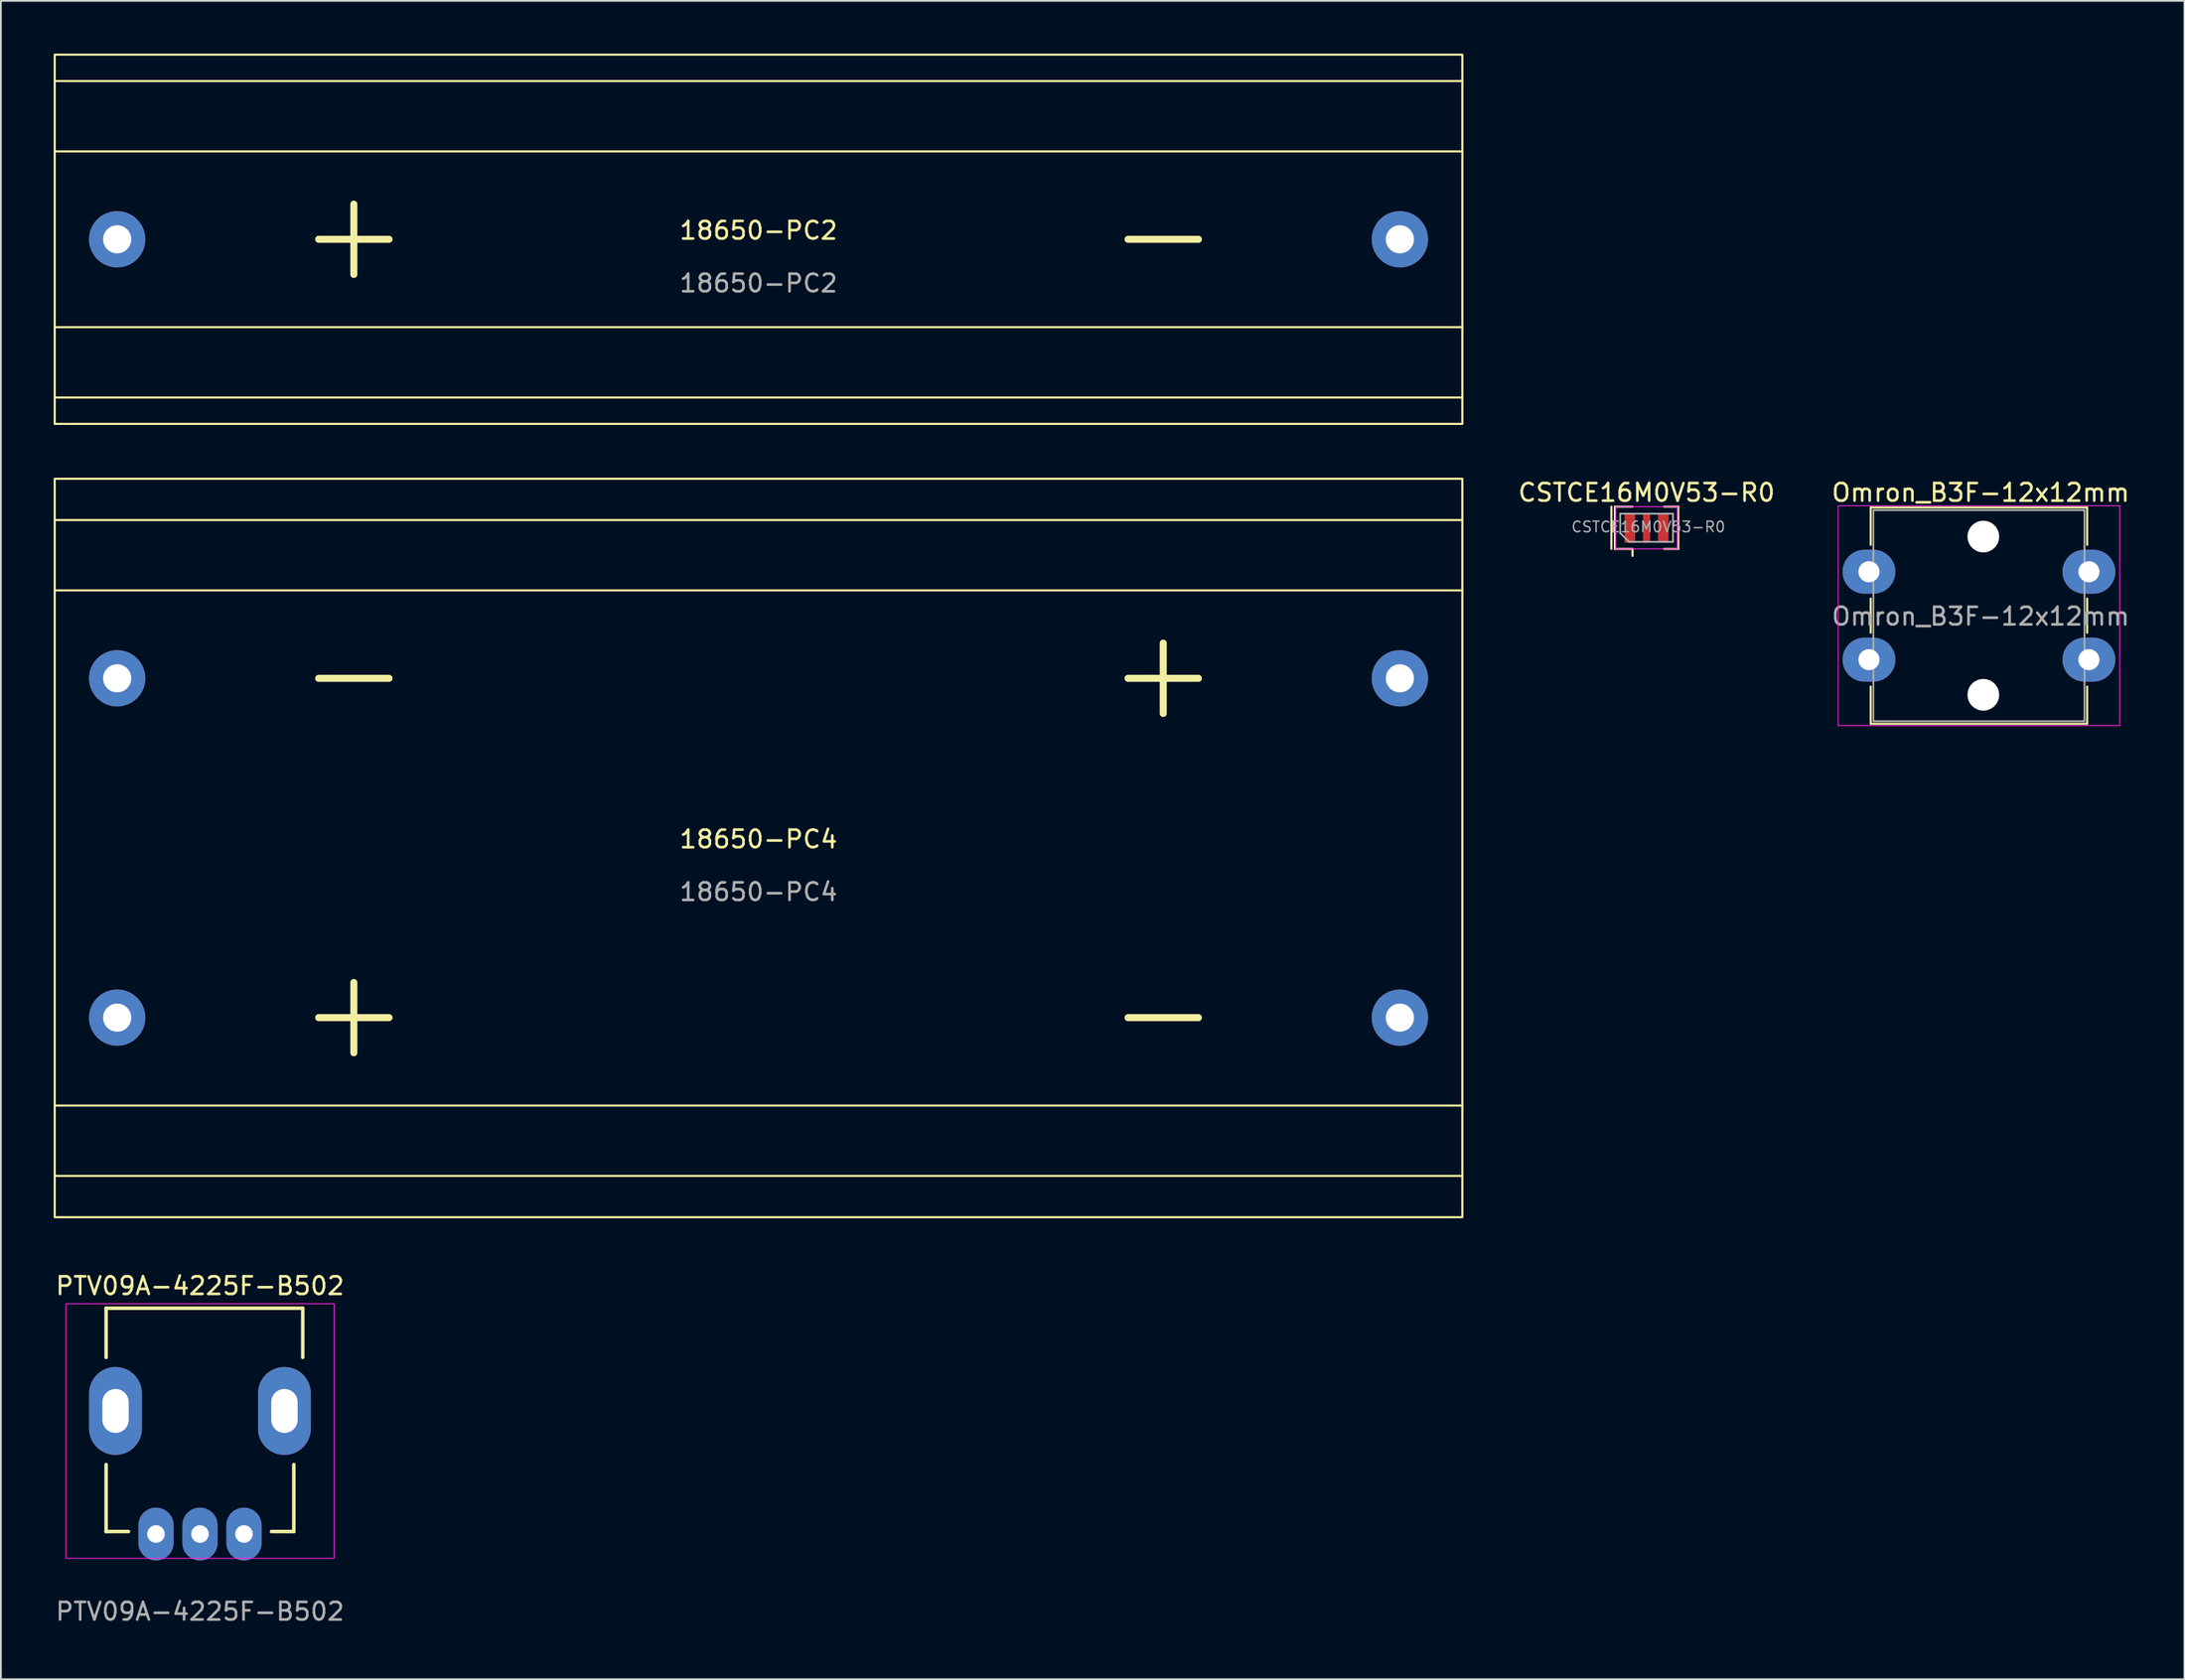
<source format=kicad_pcb>
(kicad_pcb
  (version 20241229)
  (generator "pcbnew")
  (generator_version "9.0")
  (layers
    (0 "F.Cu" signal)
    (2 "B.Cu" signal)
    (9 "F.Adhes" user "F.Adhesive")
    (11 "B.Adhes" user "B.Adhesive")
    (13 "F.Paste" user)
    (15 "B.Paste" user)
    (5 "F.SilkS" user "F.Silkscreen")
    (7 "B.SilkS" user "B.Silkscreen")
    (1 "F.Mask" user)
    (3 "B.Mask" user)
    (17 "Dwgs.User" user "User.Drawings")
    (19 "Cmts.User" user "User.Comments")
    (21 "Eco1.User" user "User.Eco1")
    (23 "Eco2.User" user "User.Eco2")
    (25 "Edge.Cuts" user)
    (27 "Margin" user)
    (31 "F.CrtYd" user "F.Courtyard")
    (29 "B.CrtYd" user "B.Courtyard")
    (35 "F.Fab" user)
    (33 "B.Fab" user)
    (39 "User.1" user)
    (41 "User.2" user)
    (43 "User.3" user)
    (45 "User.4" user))
  (footprint "Omron_B3F-12x12mm"
    (layer "F.Cu")
    (at 103.169 29.468)
    (property "Reference" "Omron_B3F-12x12mm" (at 6.35 -4.5 0) (layer "F.SilkS") (effects (font (size 1 1) (thickness 0.15))))
    (attr through_hole)
    (fp_line (start 0.1 -3.65) (end 12.4 -3.65) (stroke (width 0.12) (type solid)) (layer "F.SilkS"))
    (fp_line (start 0.1 -1.53) (end 0.1 -3.65) (stroke (width 0.12) (type solid)) (layer "F.SilkS"))
    (fp_line (start 0.1 3.47) (end 0.1 1.53) (stroke (width 0.12) (type solid)) (layer "F.SilkS"))
    (fp_line (start 0.1 8.65) (end 0.1 6.53) (stroke (width 0.12) (type solid)) (layer "F.SilkS"))
    (fp_line (start 12.4 -3.65) (end 12.4 -1.53) (stroke (width 0.12) (type solid)) (layer "F.SilkS"))
    (fp_line (start 12.4 1.53) (end 12.4 3.47) (stroke (width 0.12) (type solid)) (layer "F.SilkS"))
    (fp_line (start 12.4 6.53) (end 12.4 8.65) (stroke (width 0.12) (type solid)) (layer "F.SilkS"))
    (fp_line (start 12.4 8.65) (end 0.1 8.65) (stroke (width 0.12) (type solid)) (layer "F.SilkS"))
    (fp_line (start -1.75 -3.75) (end -1.75 8.75) (stroke (width 0.05) (type solid)) (layer "F.CrtYd"))
    (fp_line (start -1.75 8.75) (end 14.25 8.75) (stroke (width 0.05) (type solid)) (layer "F.CrtYd"))
    (fp_line (start 14.25 -3.75) (end -1.75 -3.75) (stroke (width 0.05) (type solid)) (layer "F.CrtYd"))
    (fp_line (start 14.25 8.75) (end 14.25 -3.75) (stroke (width 0.05) (type solid)) (layer "F.CrtYd"))
    (fp_line (start 0.25 -3.5) (end 0.25 8.5) (stroke (width 0.1) (type solid)) (layer "F.Fab"))
    (fp_line (start 0.25 8.5) (end 12.25 8.5) (stroke (width 0.1) (type solid)) (layer "F.Fab"))
    (fp_line (start 12.25 -3.5) (end 0.25 -3.5) (stroke (width 0.1) (type solid)) (layer "F.Fab"))
    (fp_line (start 12.25 8.5) (end 12.25 -3.5) (stroke (width 0.1) (type solid)) (layer "F.Fab"))
    (fp_text user "${REFERENCE}" (at 6.35 2.54 0) (layer "F.Fab") (effects (font (size 1 1) (thickness 0.15))))
    (pad "" np_thru_hole circle (at 6.5 -2) (size 1.8 1.8) (drill 1.8) (layers "*.Cu" "*.Mask"))
    (pad "" np_thru_hole circle (at 6.5 7) (size 1.8 1.8) (drill 1.8) (layers "*.Cu" "*.Mask"))
    (pad "1" thru_hole oval (at 0 0) (size 3 2.5) (drill 1.2) (layers "*.Cu" "*.Mask"))
    (pad "1" thru_hole oval (at 12.5 0) (size 3 2.5) (drill 1.2) (layers "*.Cu" "*.Mask"))
    (pad "2" thru_hole oval (at 0 5) (size 3 2.5) (drill 1.2) (layers "*.Cu" "*.Mask"))
    (pad "2" thru_hole oval (at 12.5 5) (size 3 2.5) (drill 1.2) (layers "*.Cu" "*.Mask")))
  (footprint "18650-PC4"
    (layer "F.Cu")
    (at 40.06 45.18)
    (property "Reference" "18650-PC4" (at 0 -0.5 0) (unlocked yes) (layer "F.SilkS") (effects (font (size 1 1) (thickness 0.15))))
    (attr through_hole)
    (fp_line (start -25 -9.65) (end -21 -9.65) (stroke (width 0.4) (type default)) (layer "F.SilkS"))
    (fp_line (start -23 7.65) (end -23 11.65) (stroke (width 0.4) (type default)) (layer "F.SilkS"))
    (fp_line (start -21 9.65) (end -25 9.65) (stroke (width 0.4) (type default)) (layer "F.SilkS"))
    (fp_line (start 21 -9.65) (end 25 -9.65) (stroke (width 0.4) (type default)) (layer "F.SilkS"))
    (fp_line (start 23 -7.65) (end 23 -11.65) (stroke (width 0.4) (type default)) (layer "F.SilkS"))
    (fp_line (start 25 9.65) (end 21 9.65) (stroke (width 0.4) (type default)) (layer "F.SilkS"))
    (fp_line (start 40 -18.65) (end -40 -18.65) (stroke (width 0.12) (type default)) (layer "F.SilkS"))
    (fp_line (start 40 -14.65) (end -40 -14.65) (stroke (width 0.12) (type default)) (layer "F.SilkS"))
    (fp_line (start 40 14.65) (end -40 14.65) (stroke (width 0.12) (type default)) (layer "F.SilkS"))
    (fp_line (start 40 18.65) (end -40 18.65) (stroke (width 0.12) (type default)) (layer "F.SilkS"))
    (fp_rect (start -40 -21) (end 40 21) (stroke (width 0.12) (type default)) (fill no) (layer "F.SilkS"))
    (fp_text user "${REFERENCE}" (at 0 2.5 0) (unlocked yes) (layer "F.Fab") (effects (font (size 1 1) (thickness 0.15))))
    (pad "1" thru_hole circle (at -36.45 9.65) (size 3.2 3.2) (drill 1.6) (layers "*.Cu" "*.Mask"))
    (pad "2" thru_hole circle (at -36.45 -9.65) (size 3.2 3.2) (drill 1.6) (layers "*.Cu" "*.Mask"))
    (pad "3" thru_hole circle (at 36.45 -9.65) (size 3.2 3.2) (drill 1.6) (layers "*.Cu" "*.Mask"))
    (pad "3" thru_hole circle (at 36.45 9.65) (size 3.2 3.2) (drill 1.6) (layers "*.Cu" "*.Mask")))
  (footprint "PTV09A-4225F-B502"
    (layer "F.Cu")
    (at 8.315 77.2)
    (property "Reference" "PTV09A-4225F-B502" (at 0 -7.112 0) (unlocked yes) (layer "F.SilkS") (effects (font (size 1 1) (thickness 0.15))))
    (attr through_hole)
    (fp_line (start -5.334 -5.842) (end -5.334 -3.048) (stroke (width 0.2) (type solid)) (layer "F.SilkS"))
    (fp_line (start -5.334 3.048) (end -5.334 6.858) (stroke (width 0.2) (type solid)) (layer "F.SilkS"))
    (fp_line (start -5.334 6.858) (end -4.064 6.858) (stroke (width 0.2) (type solid)) (layer "F.SilkS"))
    (fp_line (start 4.064 6.858) (end 5.334 6.858) (stroke (width 0.2) (type solid)) (layer "F.SilkS"))
    (fp_line (start 5.334 3.048) (end 5.334 6.858) (stroke (width 0.2) (type solid)) (layer "F.SilkS"))
    (fp_line (start 5.842 -5.842) (end -5.334 -5.842) (stroke (width 0.2) (type solid)) (layer "F.SilkS"))
    (fp_line (start 5.842 -5.842) (end 5.842 -3.048) (stroke (width 0.2) (type solid)) (layer "F.SilkS"))
    (fp_rect (start -7.62 -6.096) (end 7.62 8.382) (stroke (width 0.05) (type solid)) (fill no) (layer "F.CrtYd"))
    (fp_text user "${REFERENCE}" (at 0 11.406 0) (unlocked yes) (layer "F.Fab") (effects (font (size 1 1) (thickness 0.15))))
    (pad "" thru_hole oval (at -4.8 0) (size 3 5) (drill oval 1.5 2.5) (layers "*.Cu" "*.Mask"))
    (pad "" thru_hole oval (at 4.8 0) (size 3 5) (drill oval 1.5 2.5) (layers "*.Cu" "*.Mask"))
    (pad "1" thru_hole oval (at -2.5 7) (size 2 3) (drill 1) (layers "*.Cu" "*.Mask"))
    (pad "2" thru_hole oval (at 0 7) (size 2 3) (drill 1) (layers "*.Cu" "*.Mask"))
    (pad "3" thru_hole oval (at 2.5 7) (size 2 3) (drill 1) (layers "*.Cu" "*.Mask")))
  (footprint "CSTCE16M0V53-R0"
    (layer "F.Cu")
    (at 90.531 26.968)
    (property "Reference" "CSTCE16M0V53-R0" (at 0 -2 0) (layer "F.SilkS") (effects (font (size 1 1) (thickness 0.15))))
    (attr smd)
    (fp_line (start -2 -1.2) (end -2 0.8) (stroke (width 0.12) (type solid)) (layer "F.SilkS"))
    (fp_line (start -2 0.8) (end -2 1.2) (stroke (width 0.12) (type solid)) (layer "F.SilkS"))
    (fp_line (start -1.8 -1.2) (end -0.8 -1.2) (stroke (width 0.12) (type solid)) (layer "F.SilkS"))
    (fp_line (start -1.8 0.8) (end -1.8 -1.2) (stroke (width 0.12) (type solid)) (layer "F.SilkS"))
    (fp_line (start -1.8 0.8) (end -1.8 1.2) (stroke (width 0.12) (type solid)) (layer "F.SilkS"))
    (fp_line (start -0.8 1.2) (end -1.8 1.2) (stroke (width 0.12) (type solid)) (layer "F.SilkS"))
    (fp_line (start -0.8 1.2) (end -0.8 1.6) (stroke (width 0.12) (type solid)) (layer "F.SilkS"))
    (fp_line (start 1 -1.2) (end 1.8 -1.2) (stroke (width 0.12) (type solid)) (layer "F.SilkS"))
    (fp_line (start 1.8 -1.2) (end 1.8 0.8) (stroke (width 0.12) (type solid)) (layer "F.SilkS"))
    (fp_line (start 1.8 0.8) (end 1.8 1.2) (stroke (width 0.12) (type solid)) (layer "F.SilkS"))
    (fp_line (start 1.8 1.2) (end 1 1.2) (stroke (width 0.12) (type solid)) (layer "F.SilkS"))
    (fp_line (start -1.75 -1.2) (end 1.75 -1.2) (stroke (width 0.05) (type solid)) (layer "F.CrtYd"))
    (fp_line (start -1.75 1.2) (end -1.75 -1.2) (stroke (width 0.05) (type solid)) (layer "F.CrtYd"))
    (fp_line (start 1.75 -1.2) (end 1.75 1.2) (stroke (width 0.05) (type solid)) (layer "F.CrtYd"))
    (fp_line (start 1.75 1.2) (end -1.75 1.2) (stroke (width 0.05) (type solid)) (layer "F.CrtYd"))
    (fp_line (start -1.5 0.3) (end -1.5 -0.8) (stroke (width 0.1) (type solid)) (layer "F.Fab"))
    (fp_line (start -1 0.8) (end -1.5 0.3) (stroke (width 0.1) (type solid)) (layer "F.Fab"))
    (fp_line (start -1 0.8) (end 1.5 0.8) (stroke (width 0.1) (type solid)) (layer "F.Fab"))
    (fp_line (start 1.5 -0.8) (end -1.5 -0.8) (stroke (width 0.1) (type solid)) (layer "F.Fab"))
    (fp_line (start 1.5 0.8) (end 1.5 -0.8) (stroke (width 0.1) (type solid)) (layer "F.Fab"))
    (fp_text user "${REFERENCE}" (at 0.1 -0.05 0) (layer "F.Fab") (effects (font (size 0.6 0.6) (thickness 0.08))))
    (pad "1" smd rect (at -0.95 0) (size 0.6 1.7) (layers "F.Cu" "F.Mask" "F.Paste"))
    (pad "2" smd rect (at 0 0) (size 0.4 1.7) (layers "F.Cu" "F.Mask" "F.Paste"))
    (pad "3" smd rect (at 0.95 0) (size 0.6 1.7) (layers "F.Cu" "F.Mask" "F.Paste")))
  (footprint "18650-PC2"
    (layer "F.Cu")
    (at 40.06 10.56)
    (property "Reference" "18650-PC2" (at 0 -0.5 0) (unlocked yes) (layer "F.SilkS") (effects (font (size 1 1) (thickness 0.15))))
    (attr through_hole)
    (fp_line (start -23 -2) (end -23 2) (stroke (width 0.4) (type default)) (layer "F.SilkS"))
    (fp_line (start -21 0) (end -25 0) (stroke (width 0.4) (type default)) (layer "F.SilkS"))
    (fp_line (start 25 0) (end 21 0) (stroke (width 0.4) (type default)) (layer "F.SilkS"))
    (fp_line (start 40 -9) (end -40 -9) (stroke (width 0.12) (type default)) (layer "F.SilkS"))
    (fp_line (start 40 -5) (end -40 -5) (stroke (width 0.12) (type default)) (layer "F.SilkS"))
    (fp_line (start 40 5) (end -40 5) (stroke (width 0.12) (type default)) (layer "F.SilkS"))
    (fp_line (start 40 9) (end -40 9) (stroke (width 0.12) (type default)) (layer "F.SilkS"))
    (fp_rect (start -40 -10.5) (end 40 10.5) (stroke (width 0.12) (type default)) (fill no) (layer "F.SilkS"))
    (fp_text user "${REFERENCE}" (at 0 2.5 0) (unlocked yes) (layer "F.Fab") (effects (font (size 1 1) (thickness 0.15))))
    (pad "1" thru_hole circle (at -36.45 0) (size 3.2 3.2) (drill 1.6) (layers "*.Cu" "*.Mask"))
    (pad "2" thru_hole circle (at 36.45 0) (size 3.2 3.2) (drill 1.6) (layers "*.Cu" "*.Mask")))
  (gr_rect
    (start -3 -3)
    (end 121.096 92.454)
    (stroke (width 0.1) (type default))
    (fill no)
    (layer "Edge.Cuts")))
</source>
